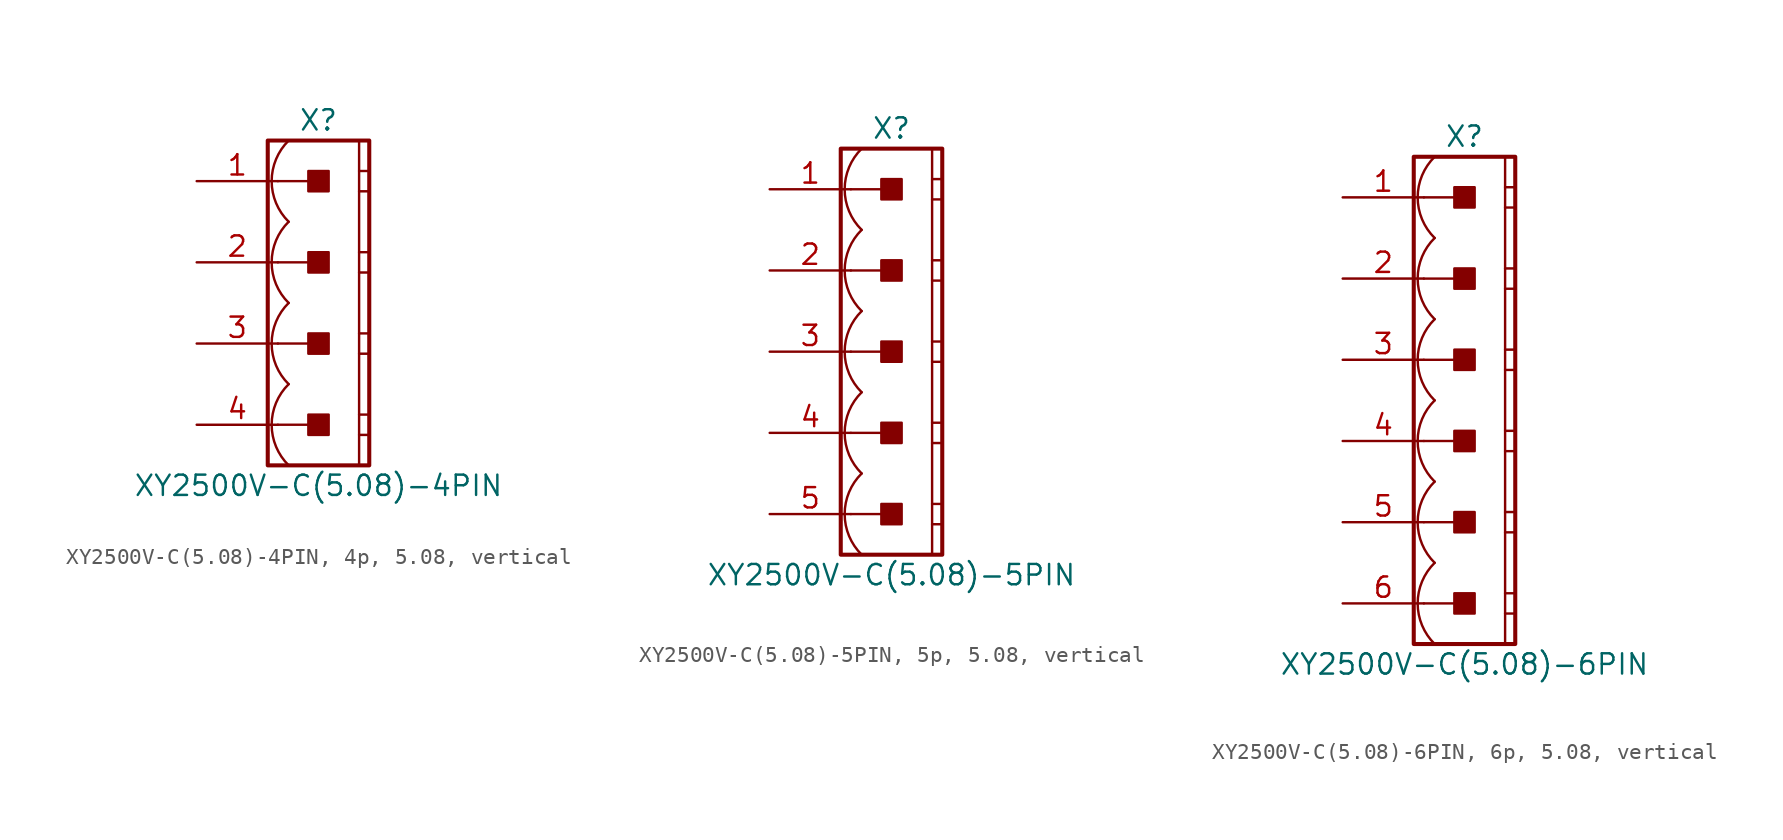
<source format=kicad_sym>
(kicad_symbol_lib
  (version 20241209)
  (generator "kicad_symbol_editor")
  (generator_version "9.0")
  (symbol "XY2500V-C(5.08)-4PIN, 4p, 5.08, vertical"
    (pin_names
      (offset 1.016)
      (hide yes))
    (property "Reference" "X"
      (at 0 11.43 0)
      (effects (font (size 1.27 1.27))))
    (property "Value" "XY2500V-C(5.08)-4PIN"
      (at 0 -11.43 0)
      (effects (font (size 1.27 1.27))))
    (symbol "XY2500V-C(5.08)-4PIN, 4p, 5.08, vertical_0_1"
      (polyline (pts (xy 2.54 10.16) (xy 2.54 -10.16)) (stroke (width 0.152) (type default)) (fill (type none)))
      (polyline (pts (xy 2.54 8.255) (xy 3.175 8.255)) (stroke (width 0.152) (type default)) (fill (type none)))
      (polyline (pts (xy 2.54 6.985) (xy 3.175 6.985)) (stroke (width 0.152) (type default)) (fill (type none)))
      (polyline (pts (xy 2.54 3.175) (xy 3.175 3.175)) (stroke (width 0.152) (type default)) (fill (type none)))
      (polyline (pts (xy 2.54 1.905) (xy 3.175 1.905)) (stroke (width 0.152) (type default)) (fill (type none)))
      (polyline (pts (xy 2.54 -1.905) (xy 3.175 -1.905)) (stroke (width 0.152) (type default)) (fill (type none)))
      (polyline (pts (xy 2.54 -3.175) (xy 3.175 -3.175)) (stroke (width 0.152) (type default)) (fill (type none)))
      (polyline (pts (xy 2.54 -6.985) (xy 3.175 -6.985)) (stroke (width 0.152) (type default)) (fill (type none)))
      (polyline (pts (xy 2.54 -8.255) (xy 3.175 -8.255)) (stroke (width 0.152) (type default)) (fill (type none))))
    (symbol "XY2500V-C(5.08)-4PIN, 4p, 5.08, vertical_1_0"
      (polyline (pts (xy -2.54 7.62) (xy 0 7.62)) (stroke (width 0.152) (type default)) (fill (type none)))
      (polyline (pts (xy -2.54 2.54) (xy 0 2.54)) (stroke (width 0.152) (type default)) (fill (type none)))
      (polyline (pts (xy -2.54 -2.54) (xy 0 -2.54)) (stroke (width 0.152) (type default)) (fill (type none)))
      (polyline (pts (xy -2.54 -7.62) (xy 0 -7.62)) (stroke (width 0.152) (type default)) (fill (type none))))
    (symbol "XY2500V-C(5.08)-4PIN, 4p, 5.08, vertical_1_1"
      (rectangle (start -3.175 10.16) (end 3.175 -10.16) (stroke (width 0.254) (type default)) (fill (type none)))
      (rectangle (start -0.635 6.985) (end 0.635 8.255) (stroke (width 0.152) (type default)) (fill (type outline)))
      (rectangle (start -0.635 1.905) (end 0.635 3.175) (stroke (width 0.152) (type default)) (fill (type outline)))
      (rectangle (start -0.635 -3.175) (end 0.635 -1.905) (stroke (width 0.152) (type default)) (fill (type outline)))
      (rectangle (start -0.635 -8.255) (end 0.635 -6.985) (stroke (width 0.152) (type default)) (fill (type outline)))
      (arc (start -1.8664 5.08) (mid -2.9299 7.62) (end -1.8664 10.16) (stroke (width 0.1524) (type default)) (fill (type none)))
      (arc (start -1.8664 0) (mid -2.9299 2.54) (end -1.8664 5.08) (stroke (width 0.1524) (type default)) (fill (type none)))
      (arc (start -1.8664 -5.08) (mid -2.9299 -2.54) (end -1.8664 0) (stroke (width 0.1524) (type default)) (fill (type none)))
      (arc (start -1.8664 -10.16) (mid -2.9299 -7.62) (end -1.8664 -5.08) (stroke (width 0.1524) (type default)) (fill (type none)))
      (pin passive line (at -7.62 7.62 0) (length 5.08) (name "1" (effects (font (size 1.27 1.27)))) (number "1" (effects (font (size 1.27 1.27)))))
      (pin passive line (at -7.62 2.54 0) (length 5.08) (name "2" (effects (font (size 1.27 1.27)))) (number "2" (effects (font (size 1.27 1.27)))))
      (pin passive line (at -7.62 -2.54 0) (length 5.08) (name "3" (effects (font (size 1.27 1.27)))) (number "3" (effects (font (size 1.27 1.27)))))
      (pin passive line (at -7.62 -7.62 0) (length 5.08) (name "4" (effects (font (size 1.27 1.27)))) (number "4" (effects (font (size 1.27 1.27)))))))
  (symbol "XY2500V-C(5.08)-5PIN, 5p, 5.08, vertical"
    (pin_names
      (offset 1.016)
      (hide yes))
    (property "Reference" "X"
      (at 0 13.97 0)
      (effects (font (size 1.27 1.27))))
    (property "Value" "XY2500V-C(5.08)-5PIN"
      (at 0 -13.97 0)
      (effects (font (size 1.27 1.27))))
    (symbol "XY2500V-C(5.08)-5PIN, 5p, 5.08, vertical_0_1"
      (polyline (pts (xy 2.54 12.7) (xy 2.54 -12.7)) (stroke (width 0.152) (type default)) (fill (type none)))
      (polyline (pts (xy 2.54 10.795) (xy 3.175 10.795)) (stroke (width 0.152) (type default)) (fill (type none)))
      (polyline (pts (xy 2.54 9.525) (xy 3.175 9.525)) (stroke (width 0.152) (type default)) (fill (type none)))
      (polyline (pts (xy 2.54 5.715) (xy 3.175 5.715)) (stroke (width 0.152) (type default)) (fill (type none)))
      (polyline (pts (xy 2.54 4.445) (xy 3.175 4.445)) (stroke (width 0.152) (type default)) (fill (type none)))
      (polyline (pts (xy 2.54 0.635) (xy 3.175 0.635)) (stroke (width 0.152) (type default)) (fill (type none)))
      (polyline (pts (xy 2.54 -0.635) (xy 3.175 -0.635)) (stroke (width 0.152) (type default)) (fill (type none)))
      (polyline (pts (xy 2.54 -4.445) (xy 3.175 -4.445)) (stroke (width 0.152) (type default)) (fill (type none)))
      (polyline (pts (xy 2.54 -5.715) (xy 3.175 -5.715)) (stroke (width 0.152) (type default)) (fill (type none)))
      (polyline (pts (xy 2.54 -9.525) (xy 3.175 -9.525)) (stroke (width 0.152) (type default)) (fill (type none)))
      (polyline (pts (xy 2.54 -10.795) (xy 3.175 -10.795)) (stroke (width 0.152) (type default)) (fill (type none))))
    (symbol "XY2500V-C(5.08)-5PIN, 5p, 5.08, vertical_1_0"
      (polyline (pts (xy -2.54 10.16) (xy 0 10.16)) (stroke (width 0.152) (type default)) (fill (type none)))
      (polyline (pts (xy -2.54 5.08) (xy 0 5.08)) (stroke (width 0.152) (type default)) (fill (type none)))
      (polyline (pts (xy -2.54 0) (xy 0 0)) (stroke (width 0.152) (type default)) (fill (type none)))
      (polyline (pts (xy -2.54 -5.08) (xy 0 -5.08)) (stroke (width 0.152) (type default)) (fill (type none)))
      (polyline (pts (xy -2.54 -10.16) (xy 0 -10.16)) (stroke (width 0.152) (type default)) (fill (type none))))
    (symbol "XY2500V-C(5.08)-5PIN, 5p, 5.08, vertical_1_1"
      (rectangle (start -3.175 12.7) (end 3.175 -12.7) (stroke (width 0.254) (type default)) (fill (type none)))
      (rectangle (start -0.635 9.525) (end 0.635 10.795) (stroke (width 0.152) (type default)) (fill (type outline)))
      (rectangle (start -0.635 4.445) (end 0.635 5.715) (stroke (width 0.152) (type default)) (fill (type outline)))
      (rectangle (start -0.635 -0.635) (end 0.635 0.635) (stroke (width 0.152) (type default)) (fill (type outline)))
      (rectangle (start -0.635 -5.715) (end 0.635 -4.445) (stroke (width 0.152) (type default)) (fill (type outline)))
      (rectangle (start -0.635 -10.795) (end 0.635 -9.525) (stroke (width 0.152) (type default)) (fill (type outline)))
      (arc (start -1.8664 7.62) (mid -2.9299 10.16) (end -1.8664 12.7) (stroke (width 0.1524) (type default)) (fill (type none)))
      (arc (start -1.8664 2.54) (mid -2.9299 5.08) (end -1.8664 7.62) (stroke (width 0.1524) (type default)) (fill (type none)))
      (arc (start -1.8664 -2.54) (mid -2.9299 0) (end -1.8664 2.54) (stroke (width 0.1524) (type default)) (fill (type none)))
      (arc (start -1.8664 -7.62) (mid -2.9299 -5.08) (end -1.8664 -2.54) (stroke (width 0.1524) (type default)) (fill (type none)))
      (arc (start -1.8664 -12.7) (mid -2.9299 -10.16) (end -1.8664 -7.62) (stroke (width 0.1524) (type default)) (fill (type none)))
      (pin passive line (at -7.62 10.16 0) (length 5.08) (name "1" (effects (font (size 1.27 1.27)))) (number "1" (effects (font (size 1.27 1.27)))))
      (pin passive line (at -7.62 5.08 0) (length 5.08) (name "2" (effects (font (size 1.27 1.27)))) (number "2" (effects (font (size 1.27 1.27)))))
      (pin passive line (at -7.62 0 0) (length 5.08) (name "3" (effects (font (size 1.27 1.27)))) (number "3" (effects (font (size 1.27 1.27)))))
      (pin passive line (at -7.62 -5.08 0) (length 5.08) (name "4" (effects (font (size 1.27 1.27)))) (number "4" (effects (font (size 1.27 1.27)))))
      (pin passive line (at -7.62 -10.16 0) (length 5.08) (name "5" (effects (font (size 1.27 1.27)))) (number "5" (effects (font (size 1.27 1.27)))))))
  (symbol "XY2500V-C(5.08)-6PIN, 6p, 5.08, vertical"
    (pin_names
      (offset 1.016)
      (hide yes))
    (property "Reference" "X"
      (at 0 16.51 0)
      (effects (font (size 1.27 1.27))))
    (property "Value" "XY2500V-C(5.08)-6PIN"
      (at 0 -16.51 0)
      (effects (font (size 1.27 1.27))))
    (symbol "XY2500V-C(5.08)-6PIN, 6p, 5.08, vertical_0_1"
      (polyline (pts (xy 2.54 15.24) (xy 2.54 -15.24)) (stroke (width 0.152) (type default)) (fill (type none)))
      (polyline (pts (xy 2.54 13.335) (xy 3.175 13.335)) (stroke (width 0.152) (type default)) (fill (type none)))
      (polyline (pts (xy 2.54 12.065) (xy 3.175 12.065)) (stroke (width 0.152) (type default)) (fill (type none)))
      (polyline (pts (xy 2.54 8.255) (xy 3.175 8.255)) (stroke (width 0.152) (type default)) (fill (type none)))
      (polyline (pts (xy 2.54 6.985) (xy 3.175 6.985)) (stroke (width 0.152) (type default)) (fill (type none)))
      (polyline (pts (xy 2.54 3.175) (xy 3.175 3.175)) (stroke (width 0.152) (type default)) (fill (type none)))
      (polyline (pts (xy 2.54 1.905) (xy 3.175 1.905)) (stroke (width 0.152) (type default)) (fill (type none)))
      (polyline (pts (xy 2.54 -1.905) (xy 3.175 -1.905)) (stroke (width 0.152) (type default)) (fill (type none)))
      (polyline (pts (xy 2.54 -3.175) (xy 3.175 -3.175)) (stroke (width 0.152) (type default)) (fill (type none)))
      (polyline (pts (xy 2.54 -6.985) (xy 3.175 -6.985)) (stroke (width 0.152) (type default)) (fill (type none)))
      (polyline (pts (xy 2.54 -8.255) (xy 3.175 -8.255)) (stroke (width 0.152) (type default)) (fill (type none)))
      (polyline (pts (xy 2.54 -12.065) (xy 3.175 -12.065)) (stroke (width 0.152) (type default)) (fill (type none)))
      (polyline (pts (xy 2.54 -13.335) (xy 3.175 -13.335)) (stroke (width 0.152) (type default)) (fill (type none))))
    (symbol "XY2500V-C(5.08)-6PIN, 6p, 5.08, vertical_1_0"
      (polyline (pts (xy -2.54 12.7) (xy 0 12.7)) (stroke (width 0.152) (type default)) (fill (type none)))
      (polyline (pts (xy -2.54 7.62) (xy 0 7.62)) (stroke (width 0.152) (type default)) (fill (type none)))
      (polyline (pts (xy -2.54 2.54) (xy 0 2.54)) (stroke (width 0.152) (type default)) (fill (type none)))
      (polyline (pts (xy -2.54 -2.54) (xy 0 -2.54)) (stroke (width 0.152) (type default)) (fill (type none)))
      (polyline (pts (xy -2.54 -7.62) (xy 0 -7.62)) (stroke (width 0.152) (type default)) (fill (type none)))
      (polyline (pts (xy -2.54 -12.7) (xy 0 -12.7)) (stroke (width 0.152) (type default)) (fill (type none))))
    (symbol "XY2500V-C(5.08)-6PIN, 6p, 5.08, vertical_1_1"
      (rectangle (start -3.175 15.24) (end 3.175 -15.24) (stroke (width 0.254) (type default)) (fill (type none)))
      (rectangle (start -0.635 12.065) (end 0.635 13.335) (stroke (width 0.152) (type default)) (fill (type outline)))
      (rectangle (start -0.635 6.985) (end 0.635 8.255) (stroke (width 0.152) (type default)) (fill (type outline)))
      (rectangle (start -0.635 1.905) (end 0.635 3.175) (stroke (width 0.152) (type default)) (fill (type outline)))
      (rectangle (start -0.635 -3.175) (end 0.635 -1.905) (stroke (width 0.152) (type default)) (fill (type outline)))
      (rectangle (start -0.635 -8.255) (end 0.635 -6.985) (stroke (width 0.152) (type default)) (fill (type outline)))
      (rectangle (start -0.635 -13.335) (end 0.635 -12.065) (stroke (width 0.152) (type default)) (fill (type outline)))
      (arc (start -1.8664 10.16) (mid -2.9299 12.7) (end -1.8664 15.24) (stroke (width 0.1524) (type default)) (fill (type none)))
      (arc (start -1.8664 5.08) (mid -2.9299 7.62) (end -1.8664 10.16) (stroke (width 0.1524) (type default)) (fill (type none)))
      (arc (start -1.8664 0) (mid -2.9299 2.54) (end -1.8664 5.08) (stroke (width 0.1524) (type default)) (fill (type none)))
      (arc (start -1.8664 -5.08) (mid -2.9299 -2.54) (end -1.8664 0) (stroke (width 0.1524) (type default)) (fill (type none)))
      (arc (start -1.8664 -10.16) (mid -2.9299 -7.62) (end -1.8664 -5.08) (stroke (width 0.1524) (type default)) (fill (type none)))
      (arc (start -1.8664 -15.24) (mid -2.9299 -12.7) (end -1.8664 -10.16) (stroke (width 0.1524) (type default)) (fill (type none)))
      (pin passive line (at -7.62 12.7 0) (length 5.08) (name "1" (effects (font (size 1.27 1.27)))) (number "1" (effects (font (size 1.27 1.27)))))
      (pin passive line (at -7.62 7.62 0) (length 5.08) (name "2" (effects (font (size 1.27 1.27)))) (number "2" (effects (font (size 1.27 1.27)))))
      (pin passive line (at -7.62 2.54 0) (length 5.08) (name "3" (effects (font (size 1.27 1.27)))) (number "3" (effects (font (size 1.27 1.27)))))
      (pin passive line (at -7.62 -2.54 0) (length 5.08) (name "4" (effects (font (size 1.27 1.27)))) (number "4" (effects (font (size 1.27 1.27)))))
      (pin passive line (at -7.62 -7.62 0) (length 5.08) (name "5" (effects (font (size 1.27 1.27)))) (number "5" (effects (font (size 1.27 1.27)))))
      (pin passive line (at -7.62 -12.7 0) (length 5.08) (name "6" (effects (font (size 1.27 1.27)))) (number "6" (effects (font (size 1.27 1.27))))))))
</source>
